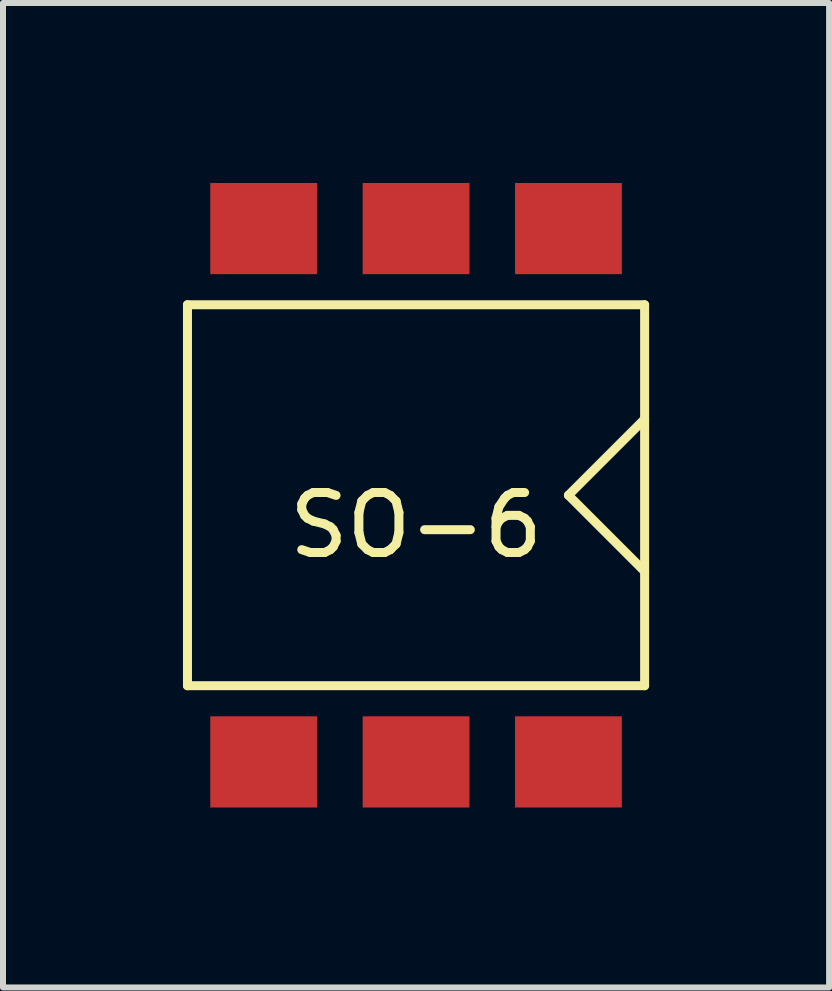
<source format=kicad_pcb>
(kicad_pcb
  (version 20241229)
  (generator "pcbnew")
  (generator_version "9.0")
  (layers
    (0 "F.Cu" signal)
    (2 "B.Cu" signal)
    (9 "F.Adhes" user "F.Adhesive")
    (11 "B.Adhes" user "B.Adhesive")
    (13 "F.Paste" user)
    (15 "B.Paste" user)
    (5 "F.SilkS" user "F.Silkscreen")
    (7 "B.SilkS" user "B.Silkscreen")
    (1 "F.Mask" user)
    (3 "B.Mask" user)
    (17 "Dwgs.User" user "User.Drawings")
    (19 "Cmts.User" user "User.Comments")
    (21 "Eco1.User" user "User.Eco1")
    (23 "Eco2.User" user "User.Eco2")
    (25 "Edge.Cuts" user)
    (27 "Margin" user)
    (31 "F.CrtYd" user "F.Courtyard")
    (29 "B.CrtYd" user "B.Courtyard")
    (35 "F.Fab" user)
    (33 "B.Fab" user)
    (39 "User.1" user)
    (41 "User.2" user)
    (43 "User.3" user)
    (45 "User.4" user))
  (footprint "SO-6"
    (layer "F.Cu")
    (at 3.885 5.205)
    (property "Reference" "SO-6" (at 0 0.5 0) (layer "F.SilkS") (effects (font (size 1 1) (thickness 0.15))))
    (attr through_hole)
    (fp_line (start -3.81 -3.175) (end 3.81 -3.175) (stroke (width 0.15) (type solid)) (layer "F.SilkS"))
    (fp_line (start -3.81 0) (end -3.81 -3.175) (stroke (width 0.15) (type solid)) (layer "F.SilkS"))
    (fp_line (start -3.81 3.175) (end -3.81 0) (stroke (width 0.15) (type solid)) (layer "F.SilkS"))
    (fp_line (start 2.54 0) (end 3.81 1.27) (stroke (width 0.15) (type solid)) (layer "F.SilkS"))
    (fp_line (start 3.81 -3.175) (end 3.81 3.175) (stroke (width 0.15) (type solid)) (layer "F.SilkS"))
    (fp_line (start 3.81 -1.27) (end 2.54 0) (stroke (width 0.15) (type solid)) (layer "F.SilkS"))
    (fp_line (start 3.81 3.175) (end -3.81 3.175) (stroke (width 0.15) (type solid)) (layer "F.SilkS"))
    (pad "1" smd rect (at 2.54 -4.445) (size 1.78 1.52) (layers "F.Cu" "F.Mask" "F.Paste"))
    (pad "2" smd rect (at 0 -4.445) (size 1.78 1.52) (layers "F.Cu" "F.Mask" "F.Paste"))
    (pad "3" smd rect (at -2.54 -4.445) (size 1.78 1.52) (layers "F.Cu" "F.Mask" "F.Paste"))
    (pad "4" smd rect (at -2.54 4.445) (size 1.78 1.52) (layers "F.Cu" "F.Mask" "F.Paste"))
    (pad "5" smd rect (at 0 4.445) (size 1.78 1.52) (layers "F.Cu" "F.Mask" "F.Paste"))
    (pad "6" smd rect (at 2.54 4.445) (size 1.78 1.52) (layers "F.Cu" "F.Mask" "F.Paste")))
  (gr_rect
    (start -3 -3)
    (end 10.77 13.41)
    (stroke (width 0.1) (type default))
    (fill no)
    (layer "Edge.Cuts")))
</source>
